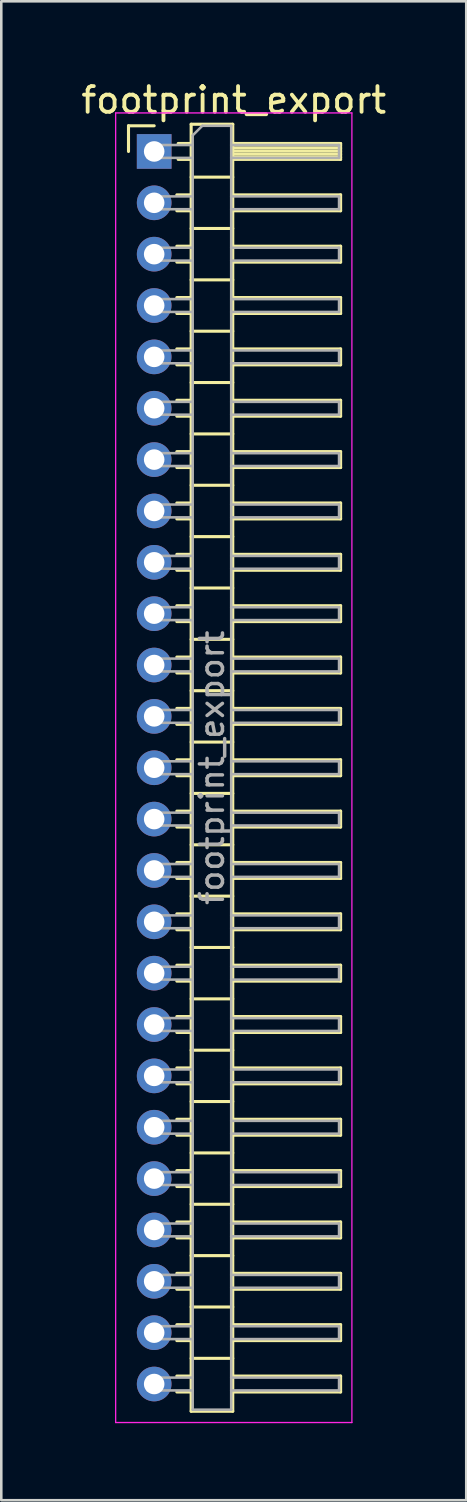
<source format=kicad_pcb>
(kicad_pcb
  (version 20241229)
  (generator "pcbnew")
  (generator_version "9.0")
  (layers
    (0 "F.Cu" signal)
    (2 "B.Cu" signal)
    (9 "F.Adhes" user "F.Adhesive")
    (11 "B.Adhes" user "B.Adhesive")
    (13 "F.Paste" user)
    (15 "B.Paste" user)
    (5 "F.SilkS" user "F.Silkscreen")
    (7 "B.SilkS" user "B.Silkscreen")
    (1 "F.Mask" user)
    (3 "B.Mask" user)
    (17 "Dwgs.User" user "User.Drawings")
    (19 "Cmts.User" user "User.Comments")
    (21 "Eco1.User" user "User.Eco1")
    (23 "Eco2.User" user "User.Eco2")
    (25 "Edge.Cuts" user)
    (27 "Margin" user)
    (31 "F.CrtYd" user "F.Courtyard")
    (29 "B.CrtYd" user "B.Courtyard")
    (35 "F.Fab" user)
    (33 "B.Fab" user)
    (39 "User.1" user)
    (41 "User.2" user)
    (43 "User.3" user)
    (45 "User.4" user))
  (footprint "footprint_export"
    (layer "F.Cu")
    (at 2.954 2.848)
    (property "Reference" "footprint_export" (at 3.1 -2 0) (layer "F.SilkS") (effects (font (size 1 1) (thickness 0.15))))
    (attr through_hole)
    (fp_line (start -1 -1) (end 0 -1) (stroke (width 0.12) (type solid)) (layer "F.SilkS"))
    (fp_line (start -1 0) (end -1 -1) (stroke (width 0.12) (type solid)) (layer "F.SilkS"))
    (fp_line (start 0.882 1.69) (end 1.44 1.69) (stroke (width 0.12) (type solid)) (layer "F.SilkS"))
    (fp_line (start 0.882 2.31) (end 1.44 2.31) (stroke (width 0.12) (type solid)) (layer "F.SilkS"))
    (fp_line (start 0.882 3.69) (end 1.44 3.69) (stroke (width 0.12) (type solid)) (layer "F.SilkS"))
    (fp_line (start 0.882 4.31) (end 1.44 4.31) (stroke (width 0.12) (type solid)) (layer "F.SilkS"))
    (fp_line (start 0.882 5.69) (end 1.44 5.69) (stroke (width 0.12) (type solid)) (layer "F.SilkS"))
    (fp_line (start 0.882 6.31) (end 1.44 6.31) (stroke (width 0.12) (type solid)) (layer "F.SilkS"))
    (fp_line (start 0.882 7.69) (end 1.44 7.69) (stroke (width 0.12) (type solid)) (layer "F.SilkS"))
    (fp_line (start 0.882 8.31) (end 1.44 8.31) (stroke (width 0.12) (type solid)) (layer "F.SilkS"))
    (fp_line (start 0.882 9.69) (end 1.44 9.69) (stroke (width 0.12) (type solid)) (layer "F.SilkS"))
    (fp_line (start 0.882 10.31) (end 1.44 10.31) (stroke (width 0.12) (type solid)) (layer "F.SilkS"))
    (fp_line (start 0.882 11.69) (end 1.44 11.69) (stroke (width 0.12) (type solid)) (layer "F.SilkS"))
    (fp_line (start 0.882 12.31) (end 1.44 12.31) (stroke (width 0.12) (type solid)) (layer "F.SilkS"))
    (fp_line (start 0.882 13.69) (end 1.44 13.69) (stroke (width 0.12) (type solid)) (layer "F.SilkS"))
    (fp_line (start 0.882 14.31) (end 1.44 14.31) (stroke (width 0.12) (type solid)) (layer "F.SilkS"))
    (fp_line (start 0.882 15.69) (end 1.44 15.69) (stroke (width 0.12) (type solid)) (layer "F.SilkS"))
    (fp_line (start 0.882 16.31) (end 1.44 16.31) (stroke (width 0.12) (type solid)) (layer "F.SilkS"))
    (fp_line (start 0.882 17.69) (end 1.44 17.69) (stroke (width 0.12) (type solid)) (layer "F.SilkS"))
    (fp_line (start 0.882 18.31) (end 1.44 18.31) (stroke (width 0.12) (type solid)) (layer "F.SilkS"))
    (fp_line (start 0.882 19.69) (end 1.44 19.69) (stroke (width 0.12) (type solid)) (layer "F.SilkS"))
    (fp_line (start 0.882 20.31) (end 1.44 20.31) (stroke (width 0.12) (type solid)) (layer "F.SilkS"))
    (fp_line (start 0.882 21.69) (end 1.44 21.69) (stroke (width 0.12) (type solid)) (layer "F.SilkS"))
    (fp_line (start 0.882 22.31) (end 1.44 22.31) (stroke (width 0.12) (type solid)) (layer "F.SilkS"))
    (fp_line (start 0.882 23.69) (end 1.44 23.69) (stroke (width 0.12) (type solid)) (layer "F.SilkS"))
    (fp_line (start 0.882 24.31) (end 1.44 24.31) (stroke (width 0.12) (type solid)) (layer "F.SilkS"))
    (fp_line (start 0.882 25.69) (end 1.44 25.69) (stroke (width 0.12) (type solid)) (layer "F.SilkS"))
    (fp_line (start 0.882 26.31) (end 1.44 26.31) (stroke (width 0.12) (type solid)) (layer "F.SilkS"))
    (fp_line (start 0.882 27.69) (end 1.44 27.69) (stroke (width 0.12) (type solid)) (layer "F.SilkS"))
    (fp_line (start 0.882 28.31) (end 1.44 28.31) (stroke (width 0.12) (type solid)) (layer "F.SilkS"))
    (fp_line (start 0.882 29.69) (end 1.44 29.69) (stroke (width 0.12) (type solid)) (layer "F.SilkS"))
    (fp_line (start 0.882 30.31) (end 1.44 30.31) (stroke (width 0.12) (type solid)) (layer "F.SilkS"))
    (fp_line (start 0.882 31.69) (end 1.44 31.69) (stroke (width 0.12) (type solid)) (layer "F.SilkS"))
    (fp_line (start 0.882 32.31) (end 1.44 32.31) (stroke (width 0.12) (type solid)) (layer "F.SilkS"))
    (fp_line (start 0.882 33.69) (end 1.44 33.69) (stroke (width 0.12) (type solid)) (layer "F.SilkS"))
    (fp_line (start 0.882 34.31) (end 1.44 34.31) (stroke (width 0.12) (type solid)) (layer "F.SilkS"))
    (fp_line (start 0.882 35.69) (end 1.44 35.69) (stroke (width 0.12) (type solid)) (layer "F.SilkS"))
    (fp_line (start 0.882 36.31) (end 1.44 36.31) (stroke (width 0.12) (type solid)) (layer "F.SilkS"))
    (fp_line (start 0.882 37.69) (end 1.44 37.69) (stroke (width 0.12) (type solid)) (layer "F.SilkS"))
    (fp_line (start 0.882 38.31) (end 1.44 38.31) (stroke (width 0.12) (type solid)) (layer "F.SilkS"))
    (fp_line (start 0.882 39.69) (end 1.44 39.69) (stroke (width 0.12) (type solid)) (layer "F.SilkS"))
    (fp_line (start 0.882 40.31) (end 1.44 40.31) (stroke (width 0.12) (type solid)) (layer "F.SilkS"))
    (fp_line (start 0.882 41.69) (end 1.44 41.69) (stroke (width 0.12) (type solid)) (layer "F.SilkS"))
    (fp_line (start 0.882 42.31) (end 1.44 42.31) (stroke (width 0.12) (type solid)) (layer "F.SilkS"))
    (fp_line (start 0.882 43.69) (end 1.44 43.69) (stroke (width 0.12) (type solid)) (layer "F.SilkS"))
    (fp_line (start 0.882 44.31) (end 1.44 44.31) (stroke (width 0.12) (type solid)) (layer "F.SilkS"))
    (fp_line (start 0.882 45.69) (end 1.44 45.69) (stroke (width 0.12) (type solid)) (layer "F.SilkS"))
    (fp_line (start 0.882 46.31) (end 1.44 46.31) (stroke (width 0.12) (type solid)) (layer "F.SilkS"))
    (fp_line (start 0.882 47.69) (end 1.44 47.69) (stroke (width 0.12) (type solid)) (layer "F.SilkS"))
    (fp_line (start 0.882 48.31) (end 1.44 48.31) (stroke (width 0.12) (type solid)) (layer "F.SilkS"))
    (fp_line (start 0.935 -0.31) (end 1.44 -0.31) (stroke (width 0.12) (type solid)) (layer "F.SilkS"))
    (fp_line (start 0.935 0.31) (end 1.44 0.31) (stroke (width 0.12) (type solid)) (layer "F.SilkS"))
    (fp_line (start 1.44 -1.06) (end 1.44 49.06) (stroke (width 0.12) (type solid)) (layer "F.SilkS"))
    (fp_line (start 1.44 1) (end 3.06 1) (stroke (width 0.12) (type solid)) (layer "F.SilkS"))
    (fp_line (start 1.44 3) (end 3.06 3) (stroke (width 0.12) (type solid)) (layer "F.SilkS"))
    (fp_line (start 1.44 5) (end 3.06 5) (stroke (width 0.12) (type solid)) (layer "F.SilkS"))
    (fp_line (start 1.44 7) (end 3.06 7) (stroke (width 0.12) (type solid)) (layer "F.SilkS"))
    (fp_line (start 1.44 9) (end 3.06 9) (stroke (width 0.12) (type solid)) (layer "F.SilkS"))
    (fp_line (start 1.44 11) (end 3.06 11) (stroke (width 0.12) (type solid)) (layer "F.SilkS"))
    (fp_line (start 1.44 13) (end 3.06 13) (stroke (width 0.12) (type solid)) (layer "F.SilkS"))
    (fp_line (start 1.44 15) (end 3.06 15) (stroke (width 0.12) (type solid)) (layer "F.SilkS"))
    (fp_line (start 1.44 17) (end 3.06 17) (stroke (width 0.12) (type solid)) (layer "F.SilkS"))
    (fp_line (start 1.44 19) (end 3.06 19) (stroke (width 0.12) (type solid)) (layer "F.SilkS"))
    (fp_line (start 1.44 21) (end 3.06 21) (stroke (width 0.12) (type solid)) (layer "F.SilkS"))
    (fp_line (start 1.44 23) (end 3.06 23) (stroke (width 0.12) (type solid)) (layer "F.SilkS"))
    (fp_line (start 1.44 25) (end 3.06 25) (stroke (width 0.12) (type solid)) (layer "F.SilkS"))
    (fp_line (start 1.44 27) (end 3.06 27) (stroke (width 0.12) (type solid)) (layer "F.SilkS"))
    (fp_line (start 1.44 29) (end 3.06 29) (stroke (width 0.12) (type solid)) (layer "F.SilkS"))
    (fp_line (start 1.44 31) (end 3.06 31) (stroke (width 0.12) (type solid)) (layer "F.SilkS"))
    (fp_line (start 1.44 33) (end 3.06 33) (stroke (width 0.12) (type solid)) (layer "F.SilkS"))
    (fp_line (start 1.44 35) (end 3.06 35) (stroke (width 0.12) (type solid)) (layer "F.SilkS"))
    (fp_line (start 1.44 37) (end 3.06 37) (stroke (width 0.12) (type solid)) (layer "F.SilkS"))
    (fp_line (start 1.44 39) (end 3.06 39) (stroke (width 0.12) (type solid)) (layer "F.SilkS"))
    (fp_line (start 1.44 41) (end 3.06 41) (stroke (width 0.12) (type solid)) (layer "F.SilkS"))
    (fp_line (start 1.44 43) (end 3.06 43) (stroke (width 0.12) (type solid)) (layer "F.SilkS"))
    (fp_line (start 1.44 45) (end 3.06 45) (stroke (width 0.12) (type solid)) (layer "F.SilkS"))
    (fp_line (start 1.44 47) (end 3.06 47) (stroke (width 0.12) (type solid)) (layer "F.SilkS"))
    (fp_line (start 1.44 49.06) (end 3.06 49.06) (stroke (width 0.12) (type solid)) (layer "F.SilkS"))
    (fp_line (start 3.06 -1.06) (end 1.44 -1.06) (stroke (width 0.12) (type solid)) (layer "F.SilkS"))
    (fp_line (start 3.06 -0.31) (end 7.26 -0.31) (stroke (width 0.12) (type solid)) (layer "F.SilkS"))
    (fp_line (start 3.06 -0.25) (end 7.26 -0.25) (stroke (width 0.12) (type solid)) (layer "F.SilkS"))
    (fp_line (start 3.06 -0.13) (end 7.26 -0.13) (stroke (width 0.12) (type solid)) (layer "F.SilkS"))
    (fp_line (start 3.06 -0.01) (end 7.26 -0.01) (stroke (width 0.12) (type solid)) (layer "F.SilkS"))
    (fp_line (start 3.06 0.11) (end 7.26 0.11) (stroke (width 0.12) (type solid)) (layer "F.SilkS"))
    (fp_line (start 3.06 0.23) (end 7.26 0.23) (stroke (width 0.12) (type solid)) (layer "F.SilkS"))
    (fp_line (start 3.06 1.69) (end 7.26 1.69) (stroke (width 0.12) (type solid)) (layer "F.SilkS"))
    (fp_line (start 3.06 3.69) (end 7.26 3.69) (stroke (width 0.12) (type solid)) (layer "F.SilkS"))
    (fp_line (start 3.06 5.69) (end 7.26 5.69) (stroke (width 0.12) (type solid)) (layer "F.SilkS"))
    (fp_line (start 3.06 7.69) (end 7.26 7.69) (stroke (width 0.12) (type solid)) (layer "F.SilkS"))
    (fp_line (start 3.06 9.69) (end 7.26 9.69) (stroke (width 0.12) (type solid)) (layer "F.SilkS"))
    (fp_line (start 3.06 11.69) (end 7.26 11.69) (stroke (width 0.12) (type solid)) (layer "F.SilkS"))
    (fp_line (start 3.06 13.69) (end 7.26 13.69) (stroke (width 0.12) (type solid)) (layer "F.SilkS"))
    (fp_line (start 3.06 15.69) (end 7.26 15.69) (stroke (width 0.12) (type solid)) (layer "F.SilkS"))
    (fp_line (start 3.06 17.69) (end 7.26 17.69) (stroke (width 0.12) (type solid)) (layer "F.SilkS"))
    (fp_line (start 3.06 19.69) (end 7.26 19.69) (stroke (width 0.12) (type solid)) (layer "F.SilkS"))
    (fp_line (start 3.06 21.69) (end 7.26 21.69) (stroke (width 0.12) (type solid)) (layer "F.SilkS"))
    (fp_line (start 3.06 23.69) (end 7.26 23.69) (stroke (width 0.12) (type solid)) (layer "F.SilkS"))
    (fp_line (start 3.06 25.69) (end 7.26 25.69) (stroke (width 0.12) (type solid)) (layer "F.SilkS"))
    (fp_line (start 3.06 27.69) (end 7.26 27.69) (stroke (width 0.12) (type solid)) (layer "F.SilkS"))
    (fp_line (start 3.06 29.69) (end 7.26 29.69) (stroke (width 0.12) (type solid)) (layer "F.SilkS"))
    (fp_line (start 3.06 31.69) (end 7.26 31.69) (stroke (width 0.12) (type solid)) (layer "F.SilkS"))
    (fp_line (start 3.06 33.69) (end 7.26 33.69) (stroke (width 0.12) (type solid)) (layer "F.SilkS"))
    (fp_line (start 3.06 35.69) (end 7.26 35.69) (stroke (width 0.12) (type solid)) (layer "F.SilkS"))
    (fp_line (start 3.06 37.69) (end 7.26 37.69) (stroke (width 0.12) (type solid)) (layer "F.SilkS"))
    (fp_line (start 3.06 39.69) (end 7.26 39.69) (stroke (width 0.12) (type solid)) (layer "F.SilkS"))
    (fp_line (start 3.06 41.69) (end 7.26 41.69) (stroke (width 0.12) (type solid)) (layer "F.SilkS"))
    (fp_line (start 3.06 43.69) (end 7.26 43.69) (stroke (width 0.12) (type solid)) (layer "F.SilkS"))
    (fp_line (start 3.06 45.69) (end 7.26 45.69) (stroke (width 0.12) (type solid)) (layer "F.SilkS"))
    (fp_line (start 3.06 47.69) (end 7.26 47.69) (stroke (width 0.12) (type solid)) (layer "F.SilkS"))
    (fp_line (start 3.06 49.06) (end 3.06 -1.06) (stroke (width 0.12) (type solid)) (layer "F.SilkS"))
    (fp_line (start 7.26 -0.31) (end 7.26 0.31) (stroke (width 0.12) (type solid)) (layer "F.SilkS"))
    (fp_line (start 7.26 0.31) (end 3.06 0.31) (stroke (width 0.12) (type solid)) (layer "F.SilkS"))
    (fp_line (start 7.26 1.69) (end 7.26 2.31) (stroke (width 0.12) (type solid)) (layer "F.SilkS"))
    (fp_line (start 7.26 2.31) (end 3.06 2.31) (stroke (width 0.12) (type solid)) (layer "F.SilkS"))
    (fp_line (start 7.26 3.69) (end 7.26 4.31) (stroke (width 0.12) (type solid)) (layer "F.SilkS"))
    (fp_line (start 7.26 4.31) (end 3.06 4.31) (stroke (width 0.12) (type solid)) (layer "F.SilkS"))
    (fp_line (start 7.26 5.69) (end 7.26 6.31) (stroke (width 0.12) (type solid)) (layer "F.SilkS"))
    (fp_line (start 7.26 6.31) (end 3.06 6.31) (stroke (width 0.12) (type solid)) (layer "F.SilkS"))
    (fp_line (start 7.26 7.69) (end 7.26 8.31) (stroke (width 0.12) (type solid)) (layer "F.SilkS"))
    (fp_line (start 7.26 8.31) (end 3.06 8.31) (stroke (width 0.12) (type solid)) (layer "F.SilkS"))
    (fp_line (start 7.26 9.69) (end 7.26 10.31) (stroke (width 0.12) (type solid)) (layer "F.SilkS"))
    (fp_line (start 7.26 10.31) (end 3.06 10.31) (stroke (width 0.12) (type solid)) (layer "F.SilkS"))
    (fp_line (start 7.26 11.69) (end 7.26 12.31) (stroke (width 0.12) (type solid)) (layer "F.SilkS"))
    (fp_line (start 7.26 12.31) (end 3.06 12.31) (stroke (width 0.12) (type solid)) (layer "F.SilkS"))
    (fp_line (start 7.26 13.69) (end 7.26 14.31) (stroke (width 0.12) (type solid)) (layer "F.SilkS"))
    (fp_line (start 7.26 14.31) (end 3.06 14.31) (stroke (width 0.12) (type solid)) (layer "F.SilkS"))
    (fp_line (start 7.26 15.69) (end 7.26 16.31) (stroke (width 0.12) (type solid)) (layer "F.SilkS"))
    (fp_line (start 7.26 16.31) (end 3.06 16.31) (stroke (width 0.12) (type solid)) (layer "F.SilkS"))
    (fp_line (start 7.26 17.69) (end 7.26 18.31) (stroke (width 0.12) (type solid)) (layer "F.SilkS"))
    (fp_line (start 7.26 18.31) (end 3.06 18.31) (stroke (width 0.12) (type solid)) (layer "F.SilkS"))
    (fp_line (start 7.26 19.69) (end 7.26 20.31) (stroke (width 0.12) (type solid)) (layer "F.SilkS"))
    (fp_line (start 7.26 20.31) (end 3.06 20.31) (stroke (width 0.12) (type solid)) (layer "F.SilkS"))
    (fp_line (start 7.26 21.69) (end 7.26 22.31) (stroke (width 0.12) (type solid)) (layer "F.SilkS"))
    (fp_line (start 7.26 22.31) (end 3.06 22.31) (stroke (width 0.12) (type solid)) (layer "F.SilkS"))
    (fp_line (start 7.26 23.69) (end 7.26 24.31) (stroke (width 0.12) (type solid)) (layer "F.SilkS"))
    (fp_line (start 7.26 24.31) (end 3.06 24.31) (stroke (width 0.12) (type solid)) (layer "F.SilkS"))
    (fp_line (start 7.26 25.69) (end 7.26 26.31) (stroke (width 0.12) (type solid)) (layer "F.SilkS"))
    (fp_line (start 7.26 26.31) (end 3.06 26.31) (stroke (width 0.12) (type solid)) (layer "F.SilkS"))
    (fp_line (start 7.26 27.69) (end 7.26 28.31) (stroke (width 0.12) (type solid)) (layer "F.SilkS"))
    (fp_line (start 7.26 28.31) (end 3.06 28.31) (stroke (width 0.12) (type solid)) (layer "F.SilkS"))
    (fp_line (start 7.26 29.69) (end 7.26 30.31) (stroke (width 0.12) (type solid)) (layer "F.SilkS"))
    (fp_line (start 7.26 30.31) (end 3.06 30.31) (stroke (width 0.12) (type solid)) (layer "F.SilkS"))
    (fp_line (start 7.26 31.69) (end 7.26 32.31) (stroke (width 0.12) (type solid)) (layer "F.SilkS"))
    (fp_line (start 7.26 32.31) (end 3.06 32.31) (stroke (width 0.12) (type solid)) (layer "F.SilkS"))
    (fp_line (start 7.26 33.69) (end 7.26 34.31) (stroke (width 0.12) (type solid)) (layer "F.SilkS"))
    (fp_line (start 7.26 34.31) (end 3.06 34.31) (stroke (width 0.12) (type solid)) (layer "F.SilkS"))
    (fp_line (start 7.26 35.69) (end 7.26 36.31) (stroke (width 0.12) (type solid)) (layer "F.SilkS"))
    (fp_line (start 7.26 36.31) (end 3.06 36.31) (stroke (width 0.12) (type solid)) (layer "F.SilkS"))
    (fp_line (start 7.26 37.69) (end 7.26 38.31) (stroke (width 0.12) (type solid)) (layer "F.SilkS"))
    (fp_line (start 7.26 38.31) (end 3.06 38.31) (stroke (width 0.12) (type solid)) (layer "F.SilkS"))
    (fp_line (start 7.26 39.69) (end 7.26 40.31) (stroke (width 0.12) (type solid)) (layer "F.SilkS"))
    (fp_line (start 7.26 40.31) (end 3.06 40.31) (stroke (width 0.12) (type solid)) (layer "F.SilkS"))
    (fp_line (start 7.26 41.69) (end 7.26 42.31) (stroke (width 0.12) (type solid)) (layer "F.SilkS"))
    (fp_line (start 7.26 42.31) (end 3.06 42.31) (stroke (width 0.12) (type solid)) (layer "F.SilkS"))
    (fp_line (start 7.26 43.69) (end 7.26 44.31) (stroke (width 0.12) (type solid)) (layer "F.SilkS"))
    (fp_line (start 7.26 44.31) (end 3.06 44.31) (stroke (width 0.12) (type solid)) (layer "F.SilkS"))
    (fp_line (start 7.26 45.69) (end 7.26 46.31) (stroke (width 0.12) (type solid)) (layer "F.SilkS"))
    (fp_line (start 7.26 46.31) (end 3.06 46.31) (stroke (width 0.12) (type solid)) (layer "F.SilkS"))
    (fp_line (start 7.26 47.69) (end 7.26 48.31) (stroke (width 0.12) (type solid)) (layer "F.SilkS"))
    (fp_line (start 7.26 48.31) (end 3.06 48.31) (stroke (width 0.12) (type solid)) (layer "F.SilkS"))
    (fp_line (start -1.5 -1.5) (end -1.5 49.5) (stroke (width 0.05) (type solid)) (layer "F.CrtYd"))
    (fp_line (start -1.5 49.5) (end 7.7 49.5) (stroke (width 0.05) (type solid)) (layer "F.CrtYd"))
    (fp_line (start 7.7 -1.5) (end -1.5 -1.5) (stroke (width 0.05) (type solid)) (layer "F.CrtYd"))
    (fp_line (start 7.7 49.5) (end 7.7 -1.5) (stroke (width 0.05) (type solid)) (layer "F.CrtYd"))
    (fp_line (start -0.25 -0.25) (end -0.25 0.25) (stroke (width 0.1) (type solid)) (layer "F.Fab"))
    (fp_line (start -0.25 -0.25) (end 1.5 -0.25) (stroke (width 0.1) (type solid)) (layer "F.Fab"))
    (fp_line (start -0.25 0.25) (end 1.5 0.25) (stroke (width 0.1) (type solid)) (layer "F.Fab"))
    (fp_line (start -0.25 1.75) (end -0.25 2.25) (stroke (width 0.1) (type solid)) (layer "F.Fab"))
    (fp_line (start -0.25 1.75) (end 1.5 1.75) (stroke (width 0.1) (type solid)) (layer "F.Fab"))
    (fp_line (start -0.25 2.25) (end 1.5 2.25) (stroke (width 0.1) (type solid)) (layer "F.Fab"))
    (fp_line (start -0.25 3.75) (end -0.25 4.25) (stroke (width 0.1) (type solid)) (layer "F.Fab"))
    (fp_line (start -0.25 3.75) (end 1.5 3.75) (stroke (width 0.1) (type solid)) (layer "F.Fab"))
    (fp_line (start -0.25 4.25) (end 1.5 4.25) (stroke (width 0.1) (type solid)) (layer "F.Fab"))
    (fp_line (start -0.25 5.75) (end -0.25 6.25) (stroke (width 0.1) (type solid)) (layer "F.Fab"))
    (fp_line (start -0.25 5.75) (end 1.5 5.75) (stroke (width 0.1) (type solid)) (layer "F.Fab"))
    (fp_line (start -0.25 6.25) (end 1.5 6.25) (stroke (width 0.1) (type solid)) (layer "F.Fab"))
    (fp_line (start -0.25 7.75) (end -0.25 8.25) (stroke (width 0.1) (type solid)) (layer "F.Fab"))
    (fp_line (start -0.25 7.75) (end 1.5 7.75) (stroke (width 0.1) (type solid)) (layer "F.Fab"))
    (fp_line (start -0.25 8.25) (end 1.5 8.25) (stroke (width 0.1) (type solid)) (layer "F.Fab"))
    (fp_line (start -0.25 9.75) (end -0.25 10.25) (stroke (width 0.1) (type solid)) (layer "F.Fab"))
    (fp_line (start -0.25 9.75) (end 1.5 9.75) (stroke (width 0.1) (type solid)) (layer "F.Fab"))
    (fp_line (start -0.25 10.25) (end 1.5 10.25) (stroke (width 0.1) (type solid)) (layer "F.Fab"))
    (fp_line (start -0.25 11.75) (end -0.25 12.25) (stroke (width 0.1) (type solid)) (layer "F.Fab"))
    (fp_line (start -0.25 11.75) (end 1.5 11.75) (stroke (width 0.1) (type solid)) (layer "F.Fab"))
    (fp_line (start -0.25 12.25) (end 1.5 12.25) (stroke (width 0.1) (type solid)) (layer "F.Fab"))
    (fp_line (start -0.25 13.75) (end -0.25 14.25) (stroke (width 0.1) (type solid)) (layer "F.Fab"))
    (fp_line (start -0.25 13.75) (end 1.5 13.75) (stroke (width 0.1) (type solid)) (layer "F.Fab"))
    (fp_line (start -0.25 14.25) (end 1.5 14.25) (stroke (width 0.1) (type solid)) (layer "F.Fab"))
    (fp_line (start -0.25 15.75) (end -0.25 16.25) (stroke (width 0.1) (type solid)) (layer "F.Fab"))
    (fp_line (start -0.25 15.75) (end 1.5 15.75) (stroke (width 0.1) (type solid)) (layer "F.Fab"))
    (fp_line (start -0.25 16.25) (end 1.5 16.25) (stroke (width 0.1) (type solid)) (layer "F.Fab"))
    (fp_line (start -0.25 17.75) (end -0.25 18.25) (stroke (width 0.1) (type solid)) (layer "F.Fab"))
    (fp_line (start -0.25 17.75) (end 1.5 17.75) (stroke (width 0.1) (type solid)) (layer "F.Fab"))
    (fp_line (start -0.25 18.25) (end 1.5 18.25) (stroke (width 0.1) (type solid)) (layer "F.Fab"))
    (fp_line (start -0.25 19.75) (end -0.25 20.25) (stroke (width 0.1) (type solid)) (layer "F.Fab"))
    (fp_line (start -0.25 19.75) (end 1.5 19.75) (stroke (width 0.1) (type solid)) (layer "F.Fab"))
    (fp_line (start -0.25 20.25) (end 1.5 20.25) (stroke (width 0.1) (type solid)) (layer "F.Fab"))
    (fp_line (start -0.25 21.75) (end -0.25 22.25) (stroke (width 0.1) (type solid)) (layer "F.Fab"))
    (fp_line (start -0.25 21.75) (end 1.5 21.75) (stroke (width 0.1) (type solid)) (layer "F.Fab"))
    (fp_line (start -0.25 22.25) (end 1.5 22.25) (stroke (width 0.1) (type solid)) (layer "F.Fab"))
    (fp_line (start -0.25 23.75) (end -0.25 24.25) (stroke (width 0.1) (type solid)) (layer "F.Fab"))
    (fp_line (start -0.25 23.75) (end 1.5 23.75) (stroke (width 0.1) (type solid)) (layer "F.Fab"))
    (fp_line (start -0.25 24.25) (end 1.5 24.25) (stroke (width 0.1) (type solid)) (layer "F.Fab"))
    (fp_line (start -0.25 25.75) (end -0.25 26.25) (stroke (width 0.1) (type solid)) (layer "F.Fab"))
    (fp_line (start -0.25 25.75) (end 1.5 25.75) (stroke (width 0.1) (type solid)) (layer "F.Fab"))
    (fp_line (start -0.25 26.25) (end 1.5 26.25) (stroke (width 0.1) (type solid)) (layer "F.Fab"))
    (fp_line (start -0.25 27.75) (end -0.25 28.25) (stroke (width 0.1) (type solid)) (layer "F.Fab"))
    (fp_line (start -0.25 27.75) (end 1.5 27.75) (stroke (width 0.1) (type solid)) (layer "F.Fab"))
    (fp_line (start -0.25 28.25) (end 1.5 28.25) (stroke (width 0.1) (type solid)) (layer "F.Fab"))
    (fp_line (start -0.25 29.75) (end -0.25 30.25) (stroke (width 0.1) (type solid)) (layer "F.Fab"))
    (fp_line (start -0.25 29.75) (end 1.5 29.75) (stroke (width 0.1) (type solid)) (layer "F.Fab"))
    (fp_line (start -0.25 30.25) (end 1.5 30.25) (stroke (width 0.1) (type solid)) (layer "F.Fab"))
    (fp_line (start -0.25 31.75) (end -0.25 32.25) (stroke (width 0.1) (type solid)) (layer "F.Fab"))
    (fp_line (start -0.25 31.75) (end 1.5 31.75) (stroke (width 0.1) (type solid)) (layer "F.Fab"))
    (fp_line (start -0.25 32.25) (end 1.5 32.25) (stroke (width 0.1) (type solid)) (layer "F.Fab"))
    (fp_line (start -0.25 33.75) (end -0.25 34.25) (stroke (width 0.1) (type solid)) (layer "F.Fab"))
    (fp_line (start -0.25 33.75) (end 1.5 33.75) (stroke (width 0.1) (type solid)) (layer "F.Fab"))
    (fp_line (start -0.25 34.25) (end 1.5 34.25) (stroke (width 0.1) (type solid)) (layer "F.Fab"))
    (fp_line (start -0.25 35.75) (end -0.25 36.25) (stroke (width 0.1) (type solid)) (layer "F.Fab"))
    (fp_line (start -0.25 35.75) (end 1.5 35.75) (stroke (width 0.1) (type solid)) (layer "F.Fab"))
    (fp_line (start -0.25 36.25) (end 1.5 36.25) (stroke (width 0.1) (type solid)) (layer "F.Fab"))
    (fp_line (start -0.25 37.75) (end -0.25 38.25) (stroke (width 0.1) (type solid)) (layer "F.Fab"))
    (fp_line (start -0.25 37.75) (end 1.5 37.75) (stroke (width 0.1) (type solid)) (layer "F.Fab"))
    (fp_line (start -0.25 38.25) (end 1.5 38.25) (stroke (width 0.1) (type solid)) (layer "F.Fab"))
    (fp_line (start -0.25 39.75) (end -0.25 40.25) (stroke (width 0.1) (type solid)) (layer "F.Fab"))
    (fp_line (start -0.25 39.75) (end 1.5 39.75) (stroke (width 0.1) (type solid)) (layer "F.Fab"))
    (fp_line (start -0.25 40.25) (end 1.5 40.25) (stroke (width 0.1) (type solid)) (layer "F.Fab"))
    (fp_line (start -0.25 41.75) (end -0.25 42.25) (stroke (width 0.1) (type solid)) (layer "F.Fab"))
    (fp_line (start -0.25 41.75) (end 1.5 41.75) (stroke (width 0.1) (type solid)) (layer "F.Fab"))
    (fp_line (start -0.25 42.25) (end 1.5 42.25) (stroke (width 0.1) (type solid)) (layer "F.Fab"))
    (fp_line (start -0.25 43.75) (end -0.25 44.25) (stroke (width 0.1) (type solid)) (layer "F.Fab"))
    (fp_line (start -0.25 43.75) (end 1.5 43.75) (stroke (width 0.1) (type solid)) (layer "F.Fab"))
    (fp_line (start -0.25 44.25) (end 1.5 44.25) (stroke (width 0.1) (type solid)) (layer "F.Fab"))
    (fp_line (start -0.25 45.75) (end -0.25 46.25) (stroke (width 0.1) (type solid)) (layer "F.Fab"))
    (fp_line (start -0.25 45.75) (end 1.5 45.75) (stroke (width 0.1) (type solid)) (layer "F.Fab"))
    (fp_line (start -0.25 46.25) (end 1.5 46.25) (stroke (width 0.1) (type solid)) (layer "F.Fab"))
    (fp_line (start -0.25 47.75) (end -0.25 48.25) (stroke (width 0.1) (type solid)) (layer "F.Fab"))
    (fp_line (start -0.25 47.75) (end 1.5 47.75) (stroke (width 0.1) (type solid)) (layer "F.Fab"))
    (fp_line (start -0.25 48.25) (end 1.5 48.25) (stroke (width 0.1) (type solid)) (layer "F.Fab"))
    (fp_line (start 1.5 -0.625) (end 1.875 -1) (stroke (width 0.1) (type solid)) (layer "F.Fab"))
    (fp_line (start 1.5 49) (end 1.5 -0.625) (stroke (width 0.1) (type solid)) (layer "F.Fab"))
    (fp_line (start 1.875 -1) (end 3 -1) (stroke (width 0.1) (type solid)) (layer "F.Fab"))
    (fp_line (start 3 -1) (end 3 49) (stroke (width 0.1) (type solid)) (layer "F.Fab"))
    (fp_line (start 3 -0.25) (end 7.2 -0.25) (stroke (width 0.1) (type solid)) (layer "F.Fab"))
    (fp_line (start 3 0.25) (end 7.2 0.25) (stroke (width 0.1) (type solid)) (layer "F.Fab"))
    (fp_line (start 3 1.75) (end 7.2 1.75) (stroke (width 0.1) (type solid)) (layer "F.Fab"))
    (fp_line (start 3 2.25) (end 7.2 2.25) (stroke (width 0.1) (type solid)) (layer "F.Fab"))
    (fp_line (start 3 3.75) (end 7.2 3.75) (stroke (width 0.1) (type solid)) (layer "F.Fab"))
    (fp_line (start 3 4.25) (end 7.2 4.25) (stroke (width 0.1) (type solid)) (layer "F.Fab"))
    (fp_line (start 3 5.75) (end 7.2 5.75) (stroke (width 0.1) (type solid)) (layer "F.Fab"))
    (fp_line (start 3 6.25) (end 7.2 6.25) (stroke (width 0.1) (type solid)) (layer "F.Fab"))
    (fp_line (start 3 7.75) (end 7.2 7.75) (stroke (width 0.1) (type solid)) (layer "F.Fab"))
    (fp_line (start 3 8.25) (end 7.2 8.25) (stroke (width 0.1) (type solid)) (layer "F.Fab"))
    (fp_line (start 3 9.75) (end 7.2 9.75) (stroke (width 0.1) (type solid)) (layer "F.Fab"))
    (fp_line (start 3 10.25) (end 7.2 10.25) (stroke (width 0.1) (type solid)) (layer "F.Fab"))
    (fp_line (start 3 11.75) (end 7.2 11.75) (stroke (width 0.1) (type solid)) (layer "F.Fab"))
    (fp_line (start 3 12.25) (end 7.2 12.25) (stroke (width 0.1) (type solid)) (layer "F.Fab"))
    (fp_line (start 3 13.75) (end 7.2 13.75) (stroke (width 0.1) (type solid)) (layer "F.Fab"))
    (fp_line (start 3 14.25) (end 7.2 14.25) (stroke (width 0.1) (type solid)) (layer "F.Fab"))
    (fp_line (start 3 15.75) (end 7.2 15.75) (stroke (width 0.1) (type solid)) (layer "F.Fab"))
    (fp_line (start 3 16.25) (end 7.2 16.25) (stroke (width 0.1) (type solid)) (layer "F.Fab"))
    (fp_line (start 3 17.75) (end 7.2 17.75) (stroke (width 0.1) (type solid)) (layer "F.Fab"))
    (fp_line (start 3 18.25) (end 7.2 18.25) (stroke (width 0.1) (type solid)) (layer "F.Fab"))
    (fp_line (start 3 19.75) (end 7.2 19.75) (stroke (width 0.1) (type solid)) (layer "F.Fab"))
    (fp_line (start 3 20.25) (end 7.2 20.25) (stroke (width 0.1) (type solid)) (layer "F.Fab"))
    (fp_line (start 3 21.75) (end 7.2 21.75) (stroke (width 0.1) (type solid)) (layer "F.Fab"))
    (fp_line (start 3 22.25) (end 7.2 22.25) (stroke (width 0.1) (type solid)) (layer "F.Fab"))
    (fp_line (start 3 23.75) (end 7.2 23.75) (stroke (width 0.1) (type solid)) (layer "F.Fab"))
    (fp_line (start 3 24.25) (end 7.2 24.25) (stroke (width 0.1) (type solid)) (layer "F.Fab"))
    (fp_line (start 3 25.75) (end 7.2 25.75) (stroke (width 0.1) (type solid)) (layer "F.Fab"))
    (fp_line (start 3 26.25) (end 7.2 26.25) (stroke (width 0.1) (type solid)) (layer "F.Fab"))
    (fp_line (start 3 27.75) (end 7.2 27.75) (stroke (width 0.1) (type solid)) (layer "F.Fab"))
    (fp_line (start 3 28.25) (end 7.2 28.25) (stroke (width 0.1) (type solid)) (layer "F.Fab"))
    (fp_line (start 3 29.75) (end 7.2 29.75) (stroke (width 0.1) (type solid)) (layer "F.Fab"))
    (fp_line (start 3 30.25) (end 7.2 30.25) (stroke (width 0.1) (type solid)) (layer "F.Fab"))
    (fp_line (start 3 31.75) (end 7.2 31.75) (stroke (width 0.1) (type solid)) (layer "F.Fab"))
    (fp_line (start 3 32.25) (end 7.2 32.25) (stroke (width 0.1) (type solid)) (layer "F.Fab"))
    (fp_line (start 3 33.75) (end 7.2 33.75) (stroke (width 0.1) (type solid)) (layer "F.Fab"))
    (fp_line (start 3 34.25) (end 7.2 34.25) (stroke (width 0.1) (type solid)) (layer "F.Fab"))
    (fp_line (start 3 35.75) (end 7.2 35.75) (stroke (width 0.1) (type solid)) (layer "F.Fab"))
    (fp_line (start 3 36.25) (end 7.2 36.25) (stroke (width 0.1) (type solid)) (layer "F.Fab"))
    (fp_line (start 3 37.75) (end 7.2 37.75) (stroke (width 0.1) (type solid)) (layer "F.Fab"))
    (fp_line (start 3 38.25) (end 7.2 38.25) (stroke (width 0.1) (type solid)) (layer "F.Fab"))
    (fp_line (start 3 39.75) (end 7.2 39.75) (stroke (width 0.1) (type solid)) (layer "F.Fab"))
    (fp_line (start 3 40.25) (end 7.2 40.25) (stroke (width 0.1) (type solid)) (layer "F.Fab"))
    (fp_line (start 3 41.75) (end 7.2 41.75) (stroke (width 0.1) (type solid)) (layer "F.Fab"))
    (fp_line (start 3 42.25) (end 7.2 42.25) (stroke (width 0.1) (type solid)) (layer "F.Fab"))
    (fp_line (start 3 43.75) (end 7.2 43.75) (stroke (width 0.1) (type solid)) (layer "F.Fab"))
    (fp_line (start 3 44.25) (end 7.2 44.25) (stroke (width 0.1) (type solid)) (layer "F.Fab"))
    (fp_line (start 3 45.75) (end 7.2 45.75) (stroke (width 0.1) (type solid)) (layer "F.Fab"))
    (fp_line (start 3 46.25) (end 7.2 46.25) (stroke (width 0.1) (type solid)) (layer "F.Fab"))
    (fp_line (start 3 47.75) (end 7.2 47.75) (stroke (width 0.1) (type solid)) (layer "F.Fab"))
    (fp_line (start 3 48.25) (end 7.2 48.25) (stroke (width 0.1) (type solid)) (layer "F.Fab"))
    (fp_line (start 3 49) (end 1.5 49) (stroke (width 0.1) (type solid)) (layer "F.Fab"))
    (fp_line (start 7.2 -0.25) (end 7.2 0.25) (stroke (width 0.1) (type solid)) (layer "F.Fab"))
    (fp_line (start 7.2 1.75) (end 7.2 2.25) (stroke (width 0.1) (type solid)) (layer "F.Fab"))
    (fp_line (start 7.2 3.75) (end 7.2 4.25) (stroke (width 0.1) (type solid)) (layer "F.Fab"))
    (fp_line (start 7.2 5.75) (end 7.2 6.25) (stroke (width 0.1) (type solid)) (layer "F.Fab"))
    (fp_line (start 7.2 7.75) (end 7.2 8.25) (stroke (width 0.1) (type solid)) (layer "F.Fab"))
    (fp_line (start 7.2 9.75) (end 7.2 10.25) (stroke (width 0.1) (type solid)) (layer "F.Fab"))
    (fp_line (start 7.2 11.75) (end 7.2 12.25) (stroke (width 0.1) (type solid)) (layer "F.Fab"))
    (fp_line (start 7.2 13.75) (end 7.2 14.25) (stroke (width 0.1) (type solid)) (layer "F.Fab"))
    (fp_line (start 7.2 15.75) (end 7.2 16.25) (stroke (width 0.1) (type solid)) (layer "F.Fab"))
    (fp_line (start 7.2 17.75) (end 7.2 18.25) (stroke (width 0.1) (type solid)) (layer "F.Fab"))
    (fp_line (start 7.2 19.75) (end 7.2 20.25) (stroke (width 0.1) (type solid)) (layer "F.Fab"))
    (fp_line (start 7.2 21.75) (end 7.2 22.25) (stroke (width 0.1) (type solid)) (layer "F.Fab"))
    (fp_line (start 7.2 23.75) (end 7.2 24.25) (stroke (width 0.1) (type solid)) (layer "F.Fab"))
    (fp_line (start 7.2 25.75) (end 7.2 26.25) (stroke (width 0.1) (type solid)) (layer "F.Fab"))
    (fp_line (start 7.2 27.75) (end 7.2 28.25) (stroke (width 0.1) (type solid)) (layer "F.Fab"))
    (fp_line (start 7.2 29.75) (end 7.2 30.25) (stroke (width 0.1) (type solid)) (layer "F.Fab"))
    (fp_line (start 7.2 31.75) (end 7.2 32.25) (stroke (width 0.1) (type solid)) (layer "F.Fab"))
    (fp_line (start 7.2 33.75) (end 7.2 34.25) (stroke (width 0.1) (type solid)) (layer "F.Fab"))
    (fp_line (start 7.2 35.75) (end 7.2 36.25) (stroke (width 0.1) (type solid)) (layer "F.Fab"))
    (fp_line (start 7.2 37.75) (end 7.2 38.25) (stroke (width 0.1) (type solid)) (layer "F.Fab"))
    (fp_line (start 7.2 39.75) (end 7.2 40.25) (stroke (width 0.1) (type solid)) (layer "F.Fab"))
    (fp_line (start 7.2 41.75) (end 7.2 42.25) (stroke (width 0.1) (type solid)) (layer "F.Fab"))
    (fp_line (start 7.2 43.75) (end 7.2 44.25) (stroke (width 0.1) (type solid)) (layer "F.Fab"))
    (fp_line (start 7.2 45.75) (end 7.2 46.25) (stroke (width 0.1) (type solid)) (layer "F.Fab"))
    (fp_line (start 7.2 47.75) (end 7.2 48.25) (stroke (width 0.1) (type solid)) (layer "F.Fab"))
    (fp_text user "${REFERENCE}" (at 2.25 24 90) (layer "F.Fab") (effects (font (size 0.9 0.9) (thickness 0.135))))
    (pad "1" thru_hole rect (at 0 0) (size 1.35 1.35) (drill 0.8) (layers "*.Cu" "*.Mask"))
    (pad "2" thru_hole oval (at 0 2) (size 1.35 1.35) (drill 0.8) (layers "*.Cu" "*.Mask"))
    (pad "3" thru_hole oval (at 0 4) (size 1.35 1.35) (drill 0.8) (layers "*.Cu" "*.Mask"))
    (pad "4" thru_hole oval (at 0 6) (size 1.35 1.35) (drill 0.8) (layers "*.Cu" "*.Mask"))
    (pad "5" thru_hole oval (at 0 8) (size 1.35 1.35) (drill 0.8) (layers "*.Cu" "*.Mask"))
    (pad "6" thru_hole oval (at 0 10) (size 1.35 1.35) (drill 0.8) (layers "*.Cu" "*.Mask"))
    (pad "7" thru_hole oval (at 0 12) (size 1.35 1.35) (drill 0.8) (layers "*.Cu" "*.Mask"))
    (pad "8" thru_hole oval (at 0 14) (size 1.35 1.35) (drill 0.8) (layers "*.Cu" "*.Mask"))
    (pad "9" thru_hole oval (at 0 16) (size 1.35 1.35) (drill 0.8) (layers "*.Cu" "*.Mask"))
    (pad "10" thru_hole oval (at 0 18) (size 1.35 1.35) (drill 0.8) (layers "*.Cu" "*.Mask"))
    (pad "11" thru_hole oval (at 0 20) (size 1.35 1.35) (drill 0.8) (layers "*.Cu" "*.Mask"))
    (pad "12" thru_hole oval (at 0 22) (size 1.35 1.35) (drill 0.8) (layers "*.Cu" "*.Mask"))
    (pad "13" thru_hole oval (at 0 24) (size 1.35 1.35) (drill 0.8) (layers "*.Cu" "*.Mask"))
    (pad "14" thru_hole oval (at 0 26) (size 1.35 1.35) (drill 0.8) (layers "*.Cu" "*.Mask"))
    (pad "15" thru_hole oval (at 0 28) (size 1.35 1.35) (drill 0.8) (layers "*.Cu" "*.Mask"))
    (pad "16" thru_hole oval (at 0 30) (size 1.35 1.35) (drill 0.8) (layers "*.Cu" "*.Mask"))
    (pad "17" thru_hole oval (at 0 32) (size 1.35 1.35) (drill 0.8) (layers "*.Cu" "*.Mask"))
    (pad "18" thru_hole oval (at 0 34) (size 1.35 1.35) (drill 0.8) (layers "*.Cu" "*.Mask"))
    (pad "19" thru_hole oval (at 0 36) (size 1.35 1.35) (drill 0.8) (layers "*.Cu" "*.Mask"))
    (pad "20" thru_hole oval (at 0 38) (size 1.35 1.35) (drill 0.8) (layers "*.Cu" "*.Mask"))
    (pad "21" thru_hole oval (at 0 40) (size 1.35 1.35) (drill 0.8) (layers "*.Cu" "*.Mask"))
    (pad "22" thru_hole oval (at 0 42) (size 1.35 1.35) (drill 0.8) (layers "*.Cu" "*.Mask"))
    (pad "23" thru_hole oval (at 0 44) (size 1.35 1.35) (drill 0.8) (layers "*.Cu" "*.Mask"))
    (pad "24" thru_hole oval (at 0 46) (size 1.35 1.35) (drill 0.8) (layers "*.Cu" "*.Mask"))
    (pad "25" thru_hole oval (at 0 48) (size 1.35 1.35) (drill 0.8) (layers "*.Cu" "*.Mask")))
  (gr_rect
    (start -3 -3)
    (end 15.107 55.373)
    (stroke (width 0.1) (type default))
    (fill no)
    (layer "Edge.Cuts")))
</source>
